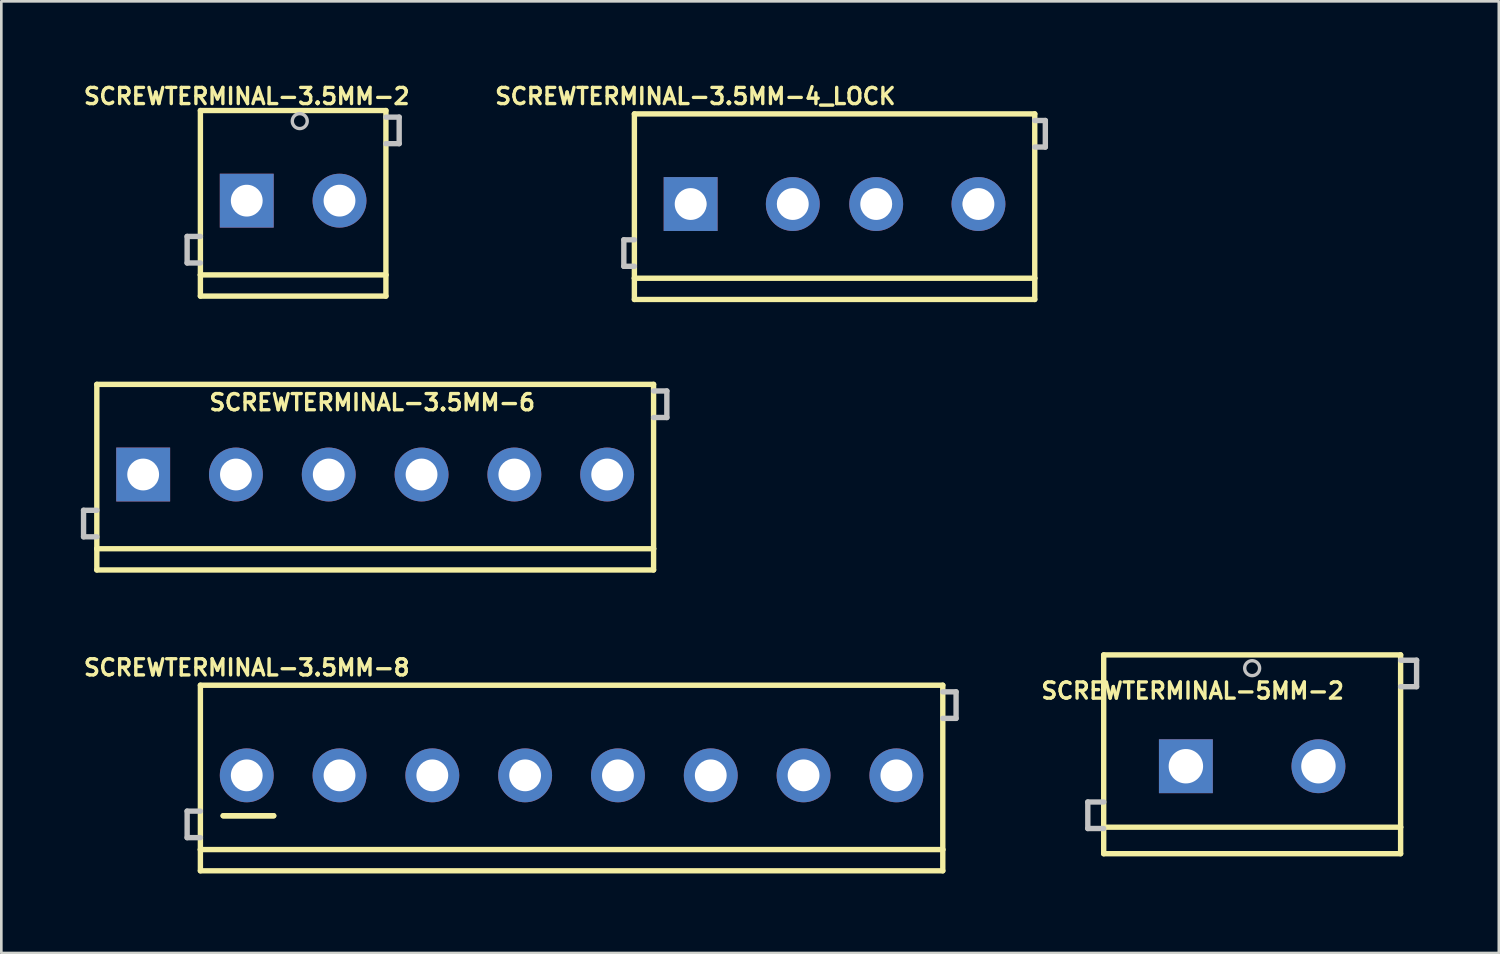
<source format=kicad_pcb>
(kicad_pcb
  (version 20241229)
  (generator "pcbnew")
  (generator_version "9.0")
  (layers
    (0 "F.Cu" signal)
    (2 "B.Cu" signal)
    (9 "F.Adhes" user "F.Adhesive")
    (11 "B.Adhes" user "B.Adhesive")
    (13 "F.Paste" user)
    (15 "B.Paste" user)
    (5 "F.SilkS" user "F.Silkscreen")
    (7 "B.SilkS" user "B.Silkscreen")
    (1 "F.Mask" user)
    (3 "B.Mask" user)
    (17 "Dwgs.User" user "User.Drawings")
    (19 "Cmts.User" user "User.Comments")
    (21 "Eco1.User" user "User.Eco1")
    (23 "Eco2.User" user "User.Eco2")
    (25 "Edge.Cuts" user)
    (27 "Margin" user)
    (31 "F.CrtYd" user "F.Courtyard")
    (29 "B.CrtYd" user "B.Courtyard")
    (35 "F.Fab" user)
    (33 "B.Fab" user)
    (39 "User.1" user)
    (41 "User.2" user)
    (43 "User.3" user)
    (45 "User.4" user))
  (footprint "SCREWTERMINAL-5MM-2"
    (layer "F.Cu")
    (at 41.67 25.845)
    (property "Reference" "SCREWTERMINAL-5MM-2" (at 0.254 -2.845 0) (layer "F.SilkS") (effects (font (size 0.61 0.61) (thickness 0.127))))
    (attr exclude_from_pos_files exclude_from_bom)
    (fp_line (start -3.099 -4.199) (end 8.098 -4.199) (stroke (width 0.203) (type solid)) (layer "F.SilkS"))
    (fp_line (start -3.099 2.299) (end -3.099 -4.199) (stroke (width 0.203) (type solid)) (layer "F.SilkS"))
    (fp_line (start -3.099 3.299) (end -3.099 2.299) (stroke (width 0.203) (type solid)) (layer "F.SilkS"))
    (fp_line (start 8.098 -4.199) (end 8.098 2.299) (stroke (width 0.203) (type solid)) (layer "F.SilkS"))
    (fp_line (start 8.098 2.299) (end -3.099 2.299) (stroke (width 0.203) (type solid)) (layer "F.SilkS"))
    (fp_line (start 8.098 2.299) (end 8.098 3.299) (stroke (width 0.203) (type solid)) (layer "F.SilkS"))
    (fp_line (start 8.098 3.299) (end -3.099 3.299) (stroke (width 0.203) (type solid)) (layer "F.SilkS"))
    (fp_line (start -3.698 1.349) (end -3.698 2.349) (stroke (width 0.203) (type solid)) (layer "Dwgs.User"))
    (fp_line (start -3.698 2.349) (end -3.099 2.349) (stroke (width 0.203) (type solid)) (layer "Dwgs.User"))
    (fp_line (start -3.099 1.349) (end -3.698 1.349) (stroke (width 0.203) (type solid)) (layer "Dwgs.User"))
    (fp_line (start 8.098 -3.998) (end 8.7 -3.998) (stroke (width 0.203) (type solid)) (layer "Dwgs.User"))
    (fp_line (start 8.7 -3.998) (end 8.7 -3) (stroke (width 0.203) (type solid)) (layer "Dwgs.User"))
    (fp_line (start 8.7 -3) (end 8.098 -3) (stroke (width 0.203) (type solid)) (layer "Dwgs.User"))
    (fp_circle (center 2.499 -3.698) (end 2.499 -3.98) (stroke (width 0.127) (type solid)) (fill no) (layer "Dwgs.User"))
    (pad "1" thru_hole rect (at 0 0) (size 2.032 2.032) (drill 1.298) (layers "*.Cu" "*.Paste" "*.Mask"))
    (pad "2" thru_hole circle (at 4.999 0) (size 2.032 2.032) (drill 1.298) (layers "*.Cu" "*.Paste" "*.Mask")))
  (footprint "SCREWTERMINAL-3.5MM-8"
    (layer "F.Cu")
    (at 6.255 26.189)
    (property "Reference" "SCREWTERMINAL-3.5MM-8" (at 0 -4.064 0) (layer "F.SilkS") (effects (font (size 0.61 0.61) (thickness 0.127))))
    (attr exclude_from_pos_files exclude_from_bom)
    (fp_line (start -1.748 -3.399) (end 26.248 -3.399) (stroke (width 0.203) (type solid)) (layer "F.SilkS"))
    (fp_line (start -1.748 2.799) (end -1.748 -3.399) (stroke (width 0.203) (type solid)) (layer "F.SilkS"))
    (fp_line (start -1.748 3.599) (end -1.748 2.799) (stroke (width 0.203) (type solid)) (layer "F.SilkS"))
    (fp_line (start -0.889 1.524) (end 1.016 1.524) (stroke (width 0.203) (type solid)) (layer "F.SilkS"))
    (fp_line (start 1.016 1.524) (end -0.889 1.524) (stroke (width 0.203) (type solid)) (layer "F.SilkS"))
    (fp_line (start 26.248 -3.399) (end 26.248 2.799) (stroke (width 0.203) (type solid)) (layer "F.SilkS"))
    (fp_line (start 26.248 2.799) (end -1.748 2.799) (stroke (width 0.203) (type solid)) (layer "F.SilkS"))
    (fp_line (start 26.248 2.799) (end 26.248 3.599) (stroke (width 0.203) (type solid)) (layer "F.SilkS"))
    (fp_line (start 26.248 3.599) (end -1.748 3.599) (stroke (width 0.203) (type solid)) (layer "F.SilkS"))
    (fp_line (start -2.248 1.349) (end -2.248 2.349) (stroke (width 0.203) (type solid)) (layer "Dwgs.User"))
    (fp_line (start -2.248 2.349) (end -1.748 2.349) (stroke (width 0.203) (type solid)) (layer "Dwgs.User"))
    (fp_line (start -1.748 1.349) (end -2.248 1.349) (stroke (width 0.203) (type solid)) (layer "Dwgs.User"))
    (fp_line (start 26.248 -3.15) (end 26.749 -3.15) (stroke (width 0.203) (type solid)) (layer "Dwgs.User"))
    (fp_line (start 26.749 -3.15) (end 26.749 -2.149) (stroke (width 0.203) (type solid)) (layer "Dwgs.User"))
    (fp_line (start 26.749 -2.149) (end 26.248 -2.149) (stroke (width 0.203) (type solid)) (layer "Dwgs.User"))
    (pad "1" thru_hole circle (at 0 0) (size 2.032 2.032) (drill 1.199) (layers "*.Cu" "*.Paste" "*.Mask"))
    (pad "2" thru_hole circle (at 3.498 0) (size 2.032 2.032) (drill 1.199) (layers "*.Cu" "*.Paste" "*.Mask"))
    (pad "3" thru_hole circle (at 6.998 0) (size 2.032 2.032) (drill 1.199) (layers "*.Cu" "*.Paste" "*.Mask"))
    (pad "4" thru_hole circle (at 10.498 0) (size 2.032 2.032) (drill 1.199) (layers "*.Cu" "*.Paste" "*.Mask"))
    (pad "5" thru_hole circle (at 13.998 0) (size 2.032 2.032) (drill 1.199) (layers "*.Cu" "*.Paste" "*.Mask"))
    (pad "6" thru_hole circle (at 17.498 0) (size 2.032 2.032) (drill 1.199) (layers "*.Cu" "*.Paste" "*.Mask"))
    (pad "7" thru_hole circle (at 20.998 0) (size 2.032 2.032) (drill 1.199) (layers "*.Cu" "*.Paste" "*.Mask"))
    (pad "8" thru_hole circle (at 24.498 0) (size 2.032 2.032) (drill 1.199) (layers "*.Cu" "*.Paste" "*.Mask")))
  (footprint "SCREWTERMINAL-3.5MM-4_LOCK"
    (layer "F.Cu")
    (at 23.172 4.644)
    (property "Reference" "SCREWTERMINAL-3.5MM-4_LOCK" (at 0 -4.064 0) (layer "F.SilkS") (effects (font (size 0.61 0.61) (thickness 0.127))))
    (attr exclude_from_pos_files exclude_from_bom)
    (fp_line (start -2.299 -3.399) (end 12.799 -3.399) (stroke (width 0.203) (type solid)) (layer "F.SilkS"))
    (fp_line (start -2.299 2.799) (end -2.299 -3.399) (stroke (width 0.203) (type solid)) (layer "F.SilkS"))
    (fp_line (start -2.299 3.599) (end -2.299 2.799) (stroke (width 0.203) (type solid)) (layer "F.SilkS"))
    (fp_line (start 12.799 -3.399) (end 12.799 2.799) (stroke (width 0.203) (type solid)) (layer "F.SilkS"))
    (fp_line (start 12.799 2.799) (end -2.299 2.799) (stroke (width 0.203) (type solid)) (layer "F.SilkS"))
    (fp_line (start 12.799 2.799) (end 12.799 3.599) (stroke (width 0.203) (type solid)) (layer "F.SilkS"))
    (fp_line (start 12.799 3.599) (end -2.299 3.599) (stroke (width 0.203) (type solid)) (layer "F.SilkS"))
    (fp_line (start -2.697 1.349) (end -2.697 2.349) (stroke (width 0.203) (type solid)) (layer "Dwgs.User"))
    (fp_line (start -2.697 2.349) (end -2.299 2.349) (stroke (width 0.203) (type solid)) (layer "Dwgs.User"))
    (fp_line (start -2.299 1.349) (end -2.697 1.349) (stroke (width 0.203) (type solid)) (layer "Dwgs.User"))
    (fp_line (start 12.799 -3.15) (end 13.198 -3.15) (stroke (width 0.203) (type solid)) (layer "Dwgs.User"))
    (fp_line (start 13.198 -3.15) (end 13.198 -2.149) (stroke (width 0.203) (type solid)) (layer "Dwgs.User"))
    (fp_line (start 13.198 -2.149) (end 12.799 -2.149) (stroke (width 0.203) (type solid)) (layer "Dwgs.User"))
    (fp_circle (center 0 0) (end 0 -0.424) (stroke (width 0) (type solid)) (fill yes) (layer "Dwgs.User"))
    (fp_circle (center 3.498 0) (end 3.498 -0.424) (stroke (width 0) (type solid)) (fill yes) (layer "Dwgs.User"))
    (fp_circle (center 6.998 0) (end 6.998 -0.424) (stroke (width 0) (type solid)) (fill yes) (layer "Dwgs.User"))
    (fp_circle (center 10.498 0) (end 10.498 -0.424) (stroke (width 0) (type solid)) (fill yes) (layer "Dwgs.User"))
    (pad "1" thru_hole rect (at -0.178 0) (size 2.032 2.032) (drill 1.199) (layers "*.Cu" "*.Paste" "*.Mask"))
    (pad "2" thru_hole circle (at 3.675 0) (size 2.032 2.032) (drill 1.199) (layers "*.Cu" "*.Paste" "*.Mask"))
    (pad "3" thru_hole circle (at 6.82 0) (size 2.032 2.032) (drill 1.199) (layers "*.Cu" "*.Paste" "*.Mask"))
    (pad "4" thru_hole circle (at 10.676 0) (size 2.032 2.032) (drill 1.199) (layers "*.Cu" "*.Paste" "*.Mask")))
  (footprint "SCREWTERMINAL-3.5MM-2"
    (layer "F.Cu")
    (at 6.255 4.517)
    (property "Reference" "SCREWTERMINAL-3.5MM-2" (at 0 -3.937 180) (layer "F.SilkS") (effects (font (size 0.61 0.61) (thickness 0.127))))
    (attr exclude_from_pos_files exclude_from_bom)
    (fp_line (start -1.748 -3.399) (end 5.248 -3.399) (stroke (width 0.203) (type solid)) (layer "F.SilkS"))
    (fp_line (start -1.748 2.799) (end -1.748 -3.399) (stroke (width 0.203) (type solid)) (layer "F.SilkS"))
    (fp_line (start -1.748 3.599) (end -1.748 2.799) (stroke (width 0.203) (type solid)) (layer "F.SilkS"))
    (fp_line (start 5.248 -3.399) (end 5.248 2.799) (stroke (width 0.203) (type solid)) (layer "F.SilkS"))
    (fp_line (start 5.248 2.799) (end -1.748 2.799) (stroke (width 0.203) (type solid)) (layer "F.SilkS"))
    (fp_line (start 5.248 2.799) (end 5.248 3.599) (stroke (width 0.203) (type solid)) (layer "F.SilkS"))
    (fp_line (start 5.248 3.599) (end -1.748 3.599) (stroke (width 0.203) (type solid)) (layer "F.SilkS"))
    (fp_line (start -2.248 1.349) (end -2.248 2.349) (stroke (width 0.203) (type solid)) (layer "Dwgs.User"))
    (fp_line (start -2.248 2.349) (end -1.748 2.349) (stroke (width 0.203) (type solid)) (layer "Dwgs.User"))
    (fp_line (start -1.748 1.349) (end -2.248 1.349) (stroke (width 0.203) (type solid)) (layer "Dwgs.User"))
    (fp_line (start 5.248 -3.15) (end 5.748 -3.15) (stroke (width 0.203) (type solid)) (layer "Dwgs.User"))
    (fp_line (start 5.748 -3.15) (end 5.748 -2.149) (stroke (width 0.203) (type solid)) (layer "Dwgs.User"))
    (fp_line (start 5.748 -2.149) (end 5.248 -2.149) (stroke (width 0.203) (type solid)) (layer "Dwgs.User"))
    (fp_circle (center 1.999 -3) (end 1.999 -3.282) (stroke (width 0.127) (type solid)) (fill no) (layer "Dwgs.User"))
    (pad "1" thru_hole rect (at 0 0) (size 2.032 2.032) (drill 1.199) (layers "*.Cu" "*.Paste" "*.Mask"))
    (pad "2" thru_hole circle (at 3.498 0) (size 2.032 2.032) (drill 1.199) (layers "*.Cu" "*.Paste" "*.Mask")))
  (footprint "SCREWTERMINAL-3.5MM-6"
    (layer "F.Cu")
    (at 2.349 14.844)
    (property "Reference" "SCREWTERMINAL-3.5MM-6" (at 8.636 -2.718 0) (layer "F.SilkS") (effects (font (size 0.61 0.61) (thickness 0.127))))
    (attr exclude_from_pos_files exclude_from_bom)
    (fp_line (start -1.748 -3.399) (end 19.248 -3.399) (stroke (width 0.203) (type solid)) (layer "F.SilkS"))
    (fp_line (start -1.748 2.799) (end -1.748 -3.399) (stroke (width 0.203) (type solid)) (layer "F.SilkS"))
    (fp_line (start -1.748 3.599) (end -1.748 2.799) (stroke (width 0.203) (type solid)) (layer "F.SilkS"))
    (fp_line (start 19.248 -3.399) (end 19.248 2.799) (stroke (width 0.203) (type solid)) (layer "F.SilkS"))
    (fp_line (start 19.248 2.799) (end -1.748 2.799) (stroke (width 0.203) (type solid)) (layer "F.SilkS"))
    (fp_line (start 19.248 2.799) (end 19.248 3.599) (stroke (width 0.203) (type solid)) (layer "F.SilkS"))
    (fp_line (start 19.248 3.599) (end -1.748 3.599) (stroke (width 0.203) (type solid)) (layer "F.SilkS"))
    (fp_line (start -2.248 1.349) (end -2.248 2.349) (stroke (width 0.203) (type solid)) (layer "Dwgs.User"))
    (fp_line (start -2.248 2.349) (end -1.748 2.349) (stroke (width 0.203) (type solid)) (layer "Dwgs.User"))
    (fp_line (start -1.748 1.349) (end -2.248 1.349) (stroke (width 0.203) (type solid)) (layer "Dwgs.User"))
    (fp_line (start 19.248 -3.15) (end 19.748 -3.15) (stroke (width 0.203) (type solid)) (layer "Dwgs.User"))
    (fp_line (start 19.748 -3.15) (end 19.748 -2.149) (stroke (width 0.203) (type solid)) (layer "Dwgs.User"))
    (fp_line (start 19.748 -2.149) (end 19.248 -2.149) (stroke (width 0.203) (type solid)) (layer "Dwgs.User"))
    (pad "1" thru_hole rect (at 0 0) (size 2.032 2.032) (drill 1.199) (layers "*.Cu" "*.Paste" "*.Mask"))
    (pad "2" thru_hole circle (at 3.498 0) (size 2.032 2.032) (drill 1.199) (layers "*.Cu" "*.Paste" "*.Mask"))
    (pad "3" thru_hole circle (at 6.998 0) (size 2.032 2.032) (drill 1.199) (layers "*.Cu" "*.Paste" "*.Mask"))
    (pad "4" thru_hole circle (at 10.498 0) (size 2.032 2.032) (drill 1.199) (layers "*.Cu" "*.Paste" "*.Mask"))
    (pad "5" thru_hole circle (at 13.998 0) (size 2.032 2.032) (drill 1.199) (layers "*.Cu" "*.Paste" "*.Mask"))
    (pad "6" thru_hole circle (at 17.498 0) (size 2.032 2.032) (drill 1.199) (layers "*.Cu" "*.Paste" "*.Mask")))
  (gr_rect
    (start -3 -3)
    (end 53.471 32.889)
    (stroke (width 0.1) (type default))
    (fill no)
    (layer "Edge.Cuts")))
</source>
